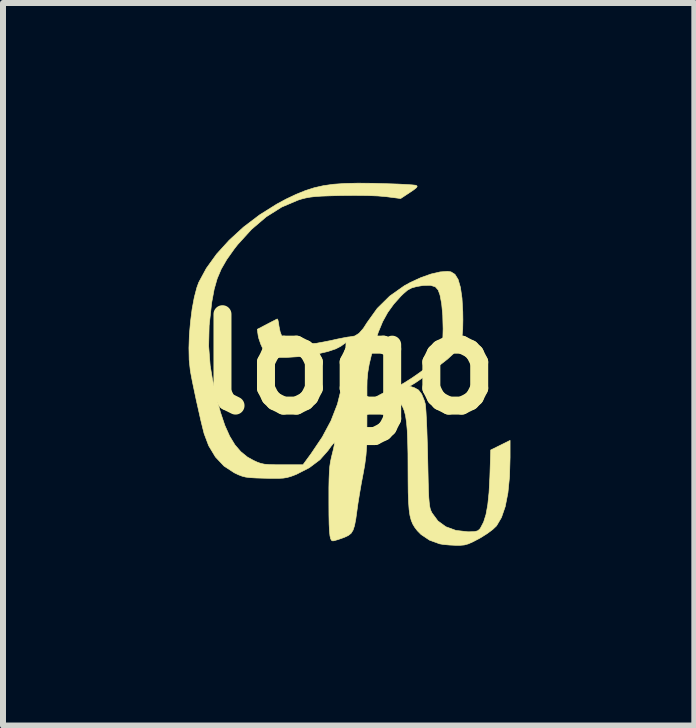
<source format=kicad_pcb>
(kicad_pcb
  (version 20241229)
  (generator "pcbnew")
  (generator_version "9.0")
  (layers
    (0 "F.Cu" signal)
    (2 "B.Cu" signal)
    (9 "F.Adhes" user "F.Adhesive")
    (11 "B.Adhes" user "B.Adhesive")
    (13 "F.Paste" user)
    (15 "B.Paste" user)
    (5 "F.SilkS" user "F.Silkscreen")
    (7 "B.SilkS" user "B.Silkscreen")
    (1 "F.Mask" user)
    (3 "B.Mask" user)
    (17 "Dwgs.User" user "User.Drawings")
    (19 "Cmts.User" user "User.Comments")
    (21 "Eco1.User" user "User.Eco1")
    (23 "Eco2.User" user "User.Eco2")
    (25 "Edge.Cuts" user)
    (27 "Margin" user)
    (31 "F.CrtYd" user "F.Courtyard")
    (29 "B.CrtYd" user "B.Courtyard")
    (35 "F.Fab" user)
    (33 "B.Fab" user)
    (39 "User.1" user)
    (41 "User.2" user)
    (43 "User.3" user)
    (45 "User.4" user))
  (footprint "logo"
    (layer "F.Cu")
    (at 2.765 3.025)
    (property "Reference" "logo" (at 0 0 0) (layer "F.SilkS") (effects (font (size 1.524 1.524) (thickness 0.3))))
    (attr through_hole)
    (fp_poly (pts (xy 0.411 -3.018) (xy 0.508 -3.015) (xy 0.676 -3.01) (xy 0.828 -3.005) (xy 0.957 -2.998) (xy 1.055 -2.992) (xy 1.114 -2.986) (xy 1.126 -2.983) (xy 1.143 -2.969) (xy 1.131 -2.946) (xy 1.085 -2.909) (xy 1.02 -2.865) (xy 0.867 -2.764) (xy 0.626 -2.795) (xy 0.488 -2.807) (xy 0.31 -2.814) (xy 0.099 -2.816) (xy -0.132 -2.814) (xy -0.312 -2.809) (xy -0.451 -2.804) (xy -0.558 -2.797) (xy -0.643 -2.787) (xy -0.714 -2.774) (xy -0.782 -2.757) (xy -0.845 -2.737) (xy -1.116 -2.622) (xy -1.375 -2.459) (xy -1.621 -2.249) (xy -1.851 -1.996) (xy -1.909 -1.922) (xy -2.033 -1.747) (xy -2.125 -1.588) (xy -2.193 -1.428) (xy -2.243 -1.252) (xy -2.282 -1.042) (xy -2.286 -1.015) (xy -2.327 -0.644) (xy -2.335 -0.303) (xy -2.31 0.021) (xy -2.274 0.238) (xy -2.207 0.544) (xy -2.138 0.803) (xy -2.065 1.02) (xy -1.985 1.199) (xy -1.897 1.344) (xy -1.799 1.458) (xy -1.688 1.548) (xy -1.587 1.604) (xy -1.522 1.634) (xy -1.464 1.654) (xy -1.403 1.667) (xy -1.325 1.673) (xy -1.219 1.676) (xy -1.099 1.676) (xy -0.762 1.676) (xy -0.627 1.492) (xy -0.44 1.214) (xy -0.295 0.943) (xy -0.187 0.665) (xy -0.117 0.383) (xy 0.305 0.383) (xy 0.305 0.633) (xy 0.451 0.546) (xy 0.558 0.489) (xy 0.678 0.433) (xy 0.749 0.404) (xy 0.831 0.366) (xy 0.938 0.304) (xy 1.059 0.227) (xy 1.181 0.142) (xy 1.293 0.059) (xy 1.383 -0.015) (xy 1.43 -0.061) (xy 1.491 -0.142) (xy 1.533 -0.223) (xy 1.559 -0.317) (xy 1.571 -0.436) (xy 1.575 -0.59) (xy 1.569 -0.818) (xy 1.551 -1.009) (xy 1.523 -1.156) (xy 1.493 -1.238) (xy 1.445 -1.292) (xy 1.362 -1.317) (xy 1.242 -1.314) (xy 1.134 -1.296) (xy 1.051 -1.273) (xy 0.983 -1.237) (xy 0.912 -1.176) (xy 0.871 -1.136) (xy 0.751 -1.002) (xy 0.651 -0.863) (xy 0.567 -0.711) (xy 0.494 -0.534) (xy 0.425 -0.323) (xy 0.381 -0.162) (xy 0.342 0.001) (xy 0.319 0.138) (xy 0.307 0.269) (xy 0.305 0.383) (xy -0.117 0.383) (xy -0.113 0.371) (xy -0.069 0.047) (xy -0.059 -0.087) (xy -0.043 -0.364) (xy -0.129 -0.302) (xy -0.215 -0.257) (xy -0.34 -0.215) (xy -0.495 -0.178) (xy -0.667 -0.147) (xy -0.847 -0.126) (xy -1.023 -0.115) (xy -1.076 -0.114) (xy -1.353 -0.114) (xy -1.423 -0.241) (xy -1.466 -0.335) (xy -1.499 -0.432) (xy -1.509 -0.476) (xy -1.524 -0.583) (xy -1.365 -0.666) (xy -1.285 -0.708) (xy -1.222 -0.74) (xy -1.191 -0.756) (xy -1.191 -0.756) (xy -1.18 -0.738) (xy -1.168 -0.683) (xy -1.163 -0.639) (xy -1.143 -0.542) (xy -1.108 -0.448) (xy -1.094 -0.422) (xy -1.037 -0.33) (xy -0.804 -0.331) (xy -0.536 -0.35) (xy -0.305 -0.394) (xy -0.189 -0.42) (xy -0.088 -0.44) (xy -0.013 -0.454) (xy 0.018 -0.457) (xy 0.1 -0.471) (xy 0.173 -0.516) (xy 0.245 -0.598) (xy 0.308 -0.696) (xy 0.477 -0.932) (xy 0.685 -1.137) (xy 0.928 -1.309) (xy 1.032 -1.366) (xy 1.207 -1.446) (xy 1.374 -1.505) (xy 1.525 -1.54) (xy 1.649 -1.549) (xy 1.706 -1.541) (xy 1.772 -1.5) (xy 1.825 -1.415) (xy 1.864 -1.282) (xy 1.89 -1.103) (xy 1.903 -0.876) (xy 1.905 -0.74) (xy 1.902 -0.581) (xy 1.89 -0.454) (xy 1.864 -0.351) (xy 1.818 -0.262) (xy 1.747 -0.176) (xy 1.646 -0.084) (xy 1.509 0.023) (xy 1.469 0.053) (xy 1.356 0.136) (xy 1.251 0.212) (xy 1.165 0.273) (xy 1.106 0.313) (xy 1.094 0.32) (xy 1.017 0.366) (xy 1.099 0.393) (xy 1.165 0.43) (xy 1.218 0.499) (xy 1.262 0.607) (xy 1.277 0.659) (xy 1.283 0.706) (xy 1.29 0.797) (xy 1.297 0.925) (xy 1.304 1.083) (xy 1.31 1.264) (xy 1.316 1.461) (xy 1.318 1.562) (xy 1.323 1.788) (xy 1.327 1.969) (xy 1.331 2.111) (xy 1.336 2.219) (xy 1.343 2.301) (xy 1.35 2.361) (xy 1.359 2.406) (xy 1.371 2.441) (xy 1.386 2.472) (xy 1.39 2.48) (xy 1.488 2.613) (xy 1.621 2.71) (xy 1.788 2.771) (xy 1.987 2.794) (xy 2.011 2.794) (xy 2.097 2.791) (xy 2.149 2.779) (xy 2.183 2.753) (xy 2.2 2.729) (xy 2.251 2.631) (xy 2.291 2.503) (xy 2.32 2.342) (xy 2.341 2.141) (xy 2.354 1.895) (xy 2.355 1.877) (xy 2.369 1.43) (xy 2.531 1.35) (xy 2.692 1.27) (xy 2.692 1.556) (xy 2.683 1.873) (xy 2.656 2.145) (xy 2.611 2.374) (xy 2.548 2.556) (xy 2.468 2.692) (xy 2.462 2.699) (xy 2.402 2.756) (xy 2.312 2.823) (xy 2.206 2.89) (xy 2.174 2.908) (xy 2.071 2.962) (xy 1.994 2.996) (xy 1.929 3.014) (xy 1.858 3.02) (xy 1.788 3.02) (xy 1.682 3.015) (xy 1.581 3.006) (xy 1.517 2.995) (xy 1.349 2.934) (xy 1.207 2.839) (xy 1.145 2.776) (xy 1.102 2.72) (xy 1.068 2.663) (xy 1.042 2.599) (xy 1.022 2.521) (xy 1.008 2.422) (xy 0.999 2.297) (xy 0.993 2.139) (xy 0.991 1.942) (xy 0.99 1.742) (xy 0.989 1.486) (xy 0.984 1.275) (xy 0.977 1.104) (xy 0.965 0.968) (xy 0.949 0.86) (xy 0.928 0.777) (xy 0.901 0.711) (xy 0.881 0.676) (xy 0.819 0.622) (xy 0.732 0.608) (xy 0.617 0.636) (xy 0.473 0.703) (xy 0.305 0.797) (xy 0.304 1.154) (xy 0.301 1.349) (xy 0.289 1.517) (xy 0.268 1.68) (xy 0.241 1.829) (xy 0.211 1.986) (xy 0.181 2.161) (xy 0.154 2.328) (xy 0.14 2.43) (xy 0.119 2.581) (xy 0.098 2.691) (xy 0.073 2.767) (xy 0.04 2.82) (xy -0.006 2.856) (xy -0.068 2.885) (xy -0.094 2.895) (xy -0.174 2.923) (xy -0.239 2.942) (xy -0.264 2.946) (xy -0.284 2.939) (xy -0.3 2.912) (xy -0.312 2.861) (xy -0.32 2.781) (xy -0.326 2.667) (xy -0.329 2.514) (xy -0.33 2.316) (xy -0.33 2.25) (xy -0.33 2.06) (xy -0.327 1.912) (xy -0.322 1.796) (xy -0.315 1.703) (xy -0.303 1.624) (xy -0.287 1.549) (xy -0.278 1.513) (xy -0.255 1.42) (xy -0.24 1.348) (xy -0.235 1.309) (xy -0.236 1.305) (xy -0.253 1.32) (xy -0.292 1.366) (xy -0.342 1.436) (xy -0.345 1.44) (xy -0.48 1.593) (xy -0.657 1.726) (xy -0.87 1.835) (xy -0.89 1.843) (xy -0.962 1.87) (xy -1.024 1.888) (xy -1.09 1.899) (xy -1.171 1.903) (xy -1.28 1.903) (xy -1.399 1.901) (xy -1.539 1.897) (xy -1.641 1.891) (xy -1.717 1.882) (xy -1.779 1.866) (xy -1.839 1.843) (xy -1.91 1.809) (xy -1.911 1.808) (xy -2.079 1.698) (xy -2.222 1.546) (xy -2.335 1.358) (xy -2.411 1.156) (xy -2.435 1.061) (xy -2.467 0.93) (xy -2.502 0.774) (xy -2.54 0.606) (xy -2.575 0.44) (xy -2.607 0.287) (xy -2.631 0.161) (xy -2.642 0.096) (xy -2.66 -0.073) (xy -2.664 -0.271) (xy -2.657 -0.486) (xy -2.638 -0.706) (xy -2.611 -0.92) (xy -2.575 -1.114) (xy -2.532 -1.278) (xy -2.5 -1.366) (xy -2.373 -1.601) (xy -2.202 -1.838) (xy -1.993 -2.068) (xy -1.753 -2.288) (xy -1.487 -2.49) (xy -1.202 -2.669) (xy -1.043 -2.755) (xy -0.878 -2.833) (xy -0.726 -2.895) (xy -0.577 -2.943) (xy -0.423 -2.978) (xy -0.256 -3.002) (xy -0.067 -3.015) (xy 0.152 -3.02) (xy 0.411 -3.018)) (stroke (width 0.01) (type solid)) (fill yes) (layer "F.SilkS")))
  (gr_rect
    (start -3 -3)
    (end 8.53 9.05)
    (stroke (width 0.1) (type default))
    (fill no)
    (layer "Edge.Cuts")))
</source>
